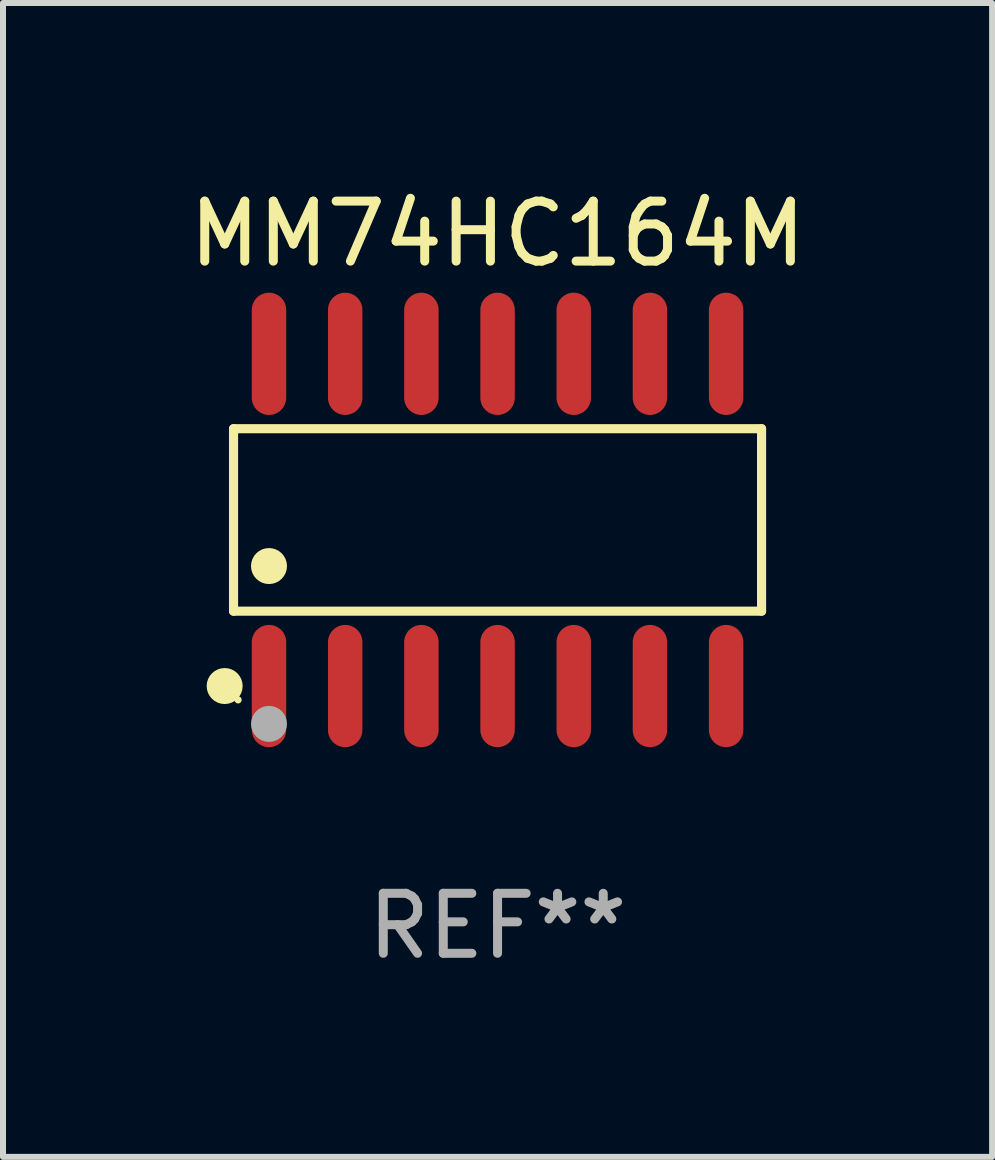
<source format=kicad_pcb>
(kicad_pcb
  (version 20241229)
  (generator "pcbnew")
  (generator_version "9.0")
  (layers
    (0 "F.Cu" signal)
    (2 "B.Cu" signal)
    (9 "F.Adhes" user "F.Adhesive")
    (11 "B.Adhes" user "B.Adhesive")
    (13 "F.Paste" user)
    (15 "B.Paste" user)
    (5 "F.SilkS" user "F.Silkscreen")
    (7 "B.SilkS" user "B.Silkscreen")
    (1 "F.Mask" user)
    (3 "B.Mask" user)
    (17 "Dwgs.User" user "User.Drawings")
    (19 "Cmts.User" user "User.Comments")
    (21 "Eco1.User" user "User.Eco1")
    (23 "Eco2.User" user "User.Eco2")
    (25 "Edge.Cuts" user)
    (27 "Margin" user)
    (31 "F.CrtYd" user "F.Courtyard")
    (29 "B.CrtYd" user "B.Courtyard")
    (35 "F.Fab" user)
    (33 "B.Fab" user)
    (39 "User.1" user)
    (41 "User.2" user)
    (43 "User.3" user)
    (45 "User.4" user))
  (footprint "MM74HC164M"
    (layer "F.Cu")
    (at 5.244 5.617)
    (property "Reference" "MM74HC164M" (at 0 -4.769 0) (layer "F.SilkS") (effects (font (size 1 1) (thickness 0.15))))
    (attr through_hole)
    (fp_line (start -4.401 -1.521) (end 4.401 -1.521) (stroke (width 0.152) (type solid)) (layer "F.SilkS"))
    (fp_line (start -4.401 1.521) (end -4.401 -1.521) (stroke (width 0.152) (type solid)) (layer "F.SilkS"))
    (fp_line (start 4.401 -1.521) (end 4.401 1.521) (stroke (width 0.152) (type solid)) (layer "F.SilkS"))
    (fp_line (start 4.401 1.521) (end -4.401 1.521) (stroke (width 0.152) (type solid)) (layer "F.SilkS"))
    (fp_circle (center -4.549 2.769) (end -4.399 2.769) (stroke (width 0.3) (type solid)) (fill no) (layer "F.SilkS"))
    (fp_circle (center -4.325 3) (end -4.295 3) (stroke (width 0.06) (type solid)) (fill no) (layer "F.SilkS"))
    (fp_circle (center -3.81 0.769) (end -3.66 0.769) (stroke (width 0.3) (type solid)) (fill no) (layer "F.SilkS"))
    (fp_circle (center -3.81 3.4) (end -3.66 3.4) (stroke (width 0.3) (type solid)) (fill no) (layer "F.Fab"))
    (fp_text user "REF**" (at 0 6.769 0) (layer "F.Fab") (effects (font (size 1 1) (thickness 0.15))))
    (pad "1" smd oval (at -3.81 2.769) (size 0.574 2.038) (layers "F.Cu" "F.Mask" "F.Paste"))
    (pad "2" smd oval (at -2.54 2.769) (size 0.574 2.038) (layers "F.Cu" "F.Mask" "F.Paste"))
    (pad "3" smd oval (at -1.27 2.769) (size 0.574 2.038) (layers "F.Cu" "F.Mask" "F.Paste"))
    (pad "4" smd oval (at 0 2.769) (size 0.574 2.038) (layers "F.Cu" "F.Mask" "F.Paste"))
    (pad "5" smd oval (at 1.27 2.769) (size 0.574 2.038) (layers "F.Cu" "F.Mask" "F.Paste"))
    (pad "6" smd oval (at 2.54 2.769) (size 0.574 2.038) (layers "F.Cu" "F.Mask" "F.Paste"))
    (pad "7" smd oval (at 3.81 2.769) (size 0.574 2.038) (layers "F.Cu" "F.Mask" "F.Paste"))
    (pad "8" smd oval (at 3.81 -2.769) (size 0.574 2.038) (layers "F.Cu" "F.Mask" "F.Paste"))
    (pad "9" smd oval (at 2.54 -2.769) (size 0.574 2.038) (layers "F.Cu" "F.Mask" "F.Paste"))
    (pad "10" smd oval (at 1.27 -2.769) (size 0.574 2.038) (layers "F.Cu" "F.Mask" "F.Paste"))
    (pad "11" smd oval (at 0 -2.769) (size 0.574 2.038) (layers "F.Cu" "F.Mask" "F.Paste"))
    (pad "12" smd oval (at -1.27 -2.769) (size 0.574 2.038) (layers "F.Cu" "F.Mask" "F.Paste"))
    (pad "13" smd oval (at -2.54 -2.769) (size 0.574 2.038) (layers "F.Cu" "F.Mask" "F.Paste"))
    (pad "14" smd oval (at -3.81 -2.769) (size 0.574 2.038) (layers "F.Cu" "F.Mask" "F.Paste")))
  (gr_rect
    (start -3 -3)
    (end 13.488 16.235)
    (stroke (width 0.1) (type default))
    (fill no)
    (layer "Edge.Cuts")))
</source>
